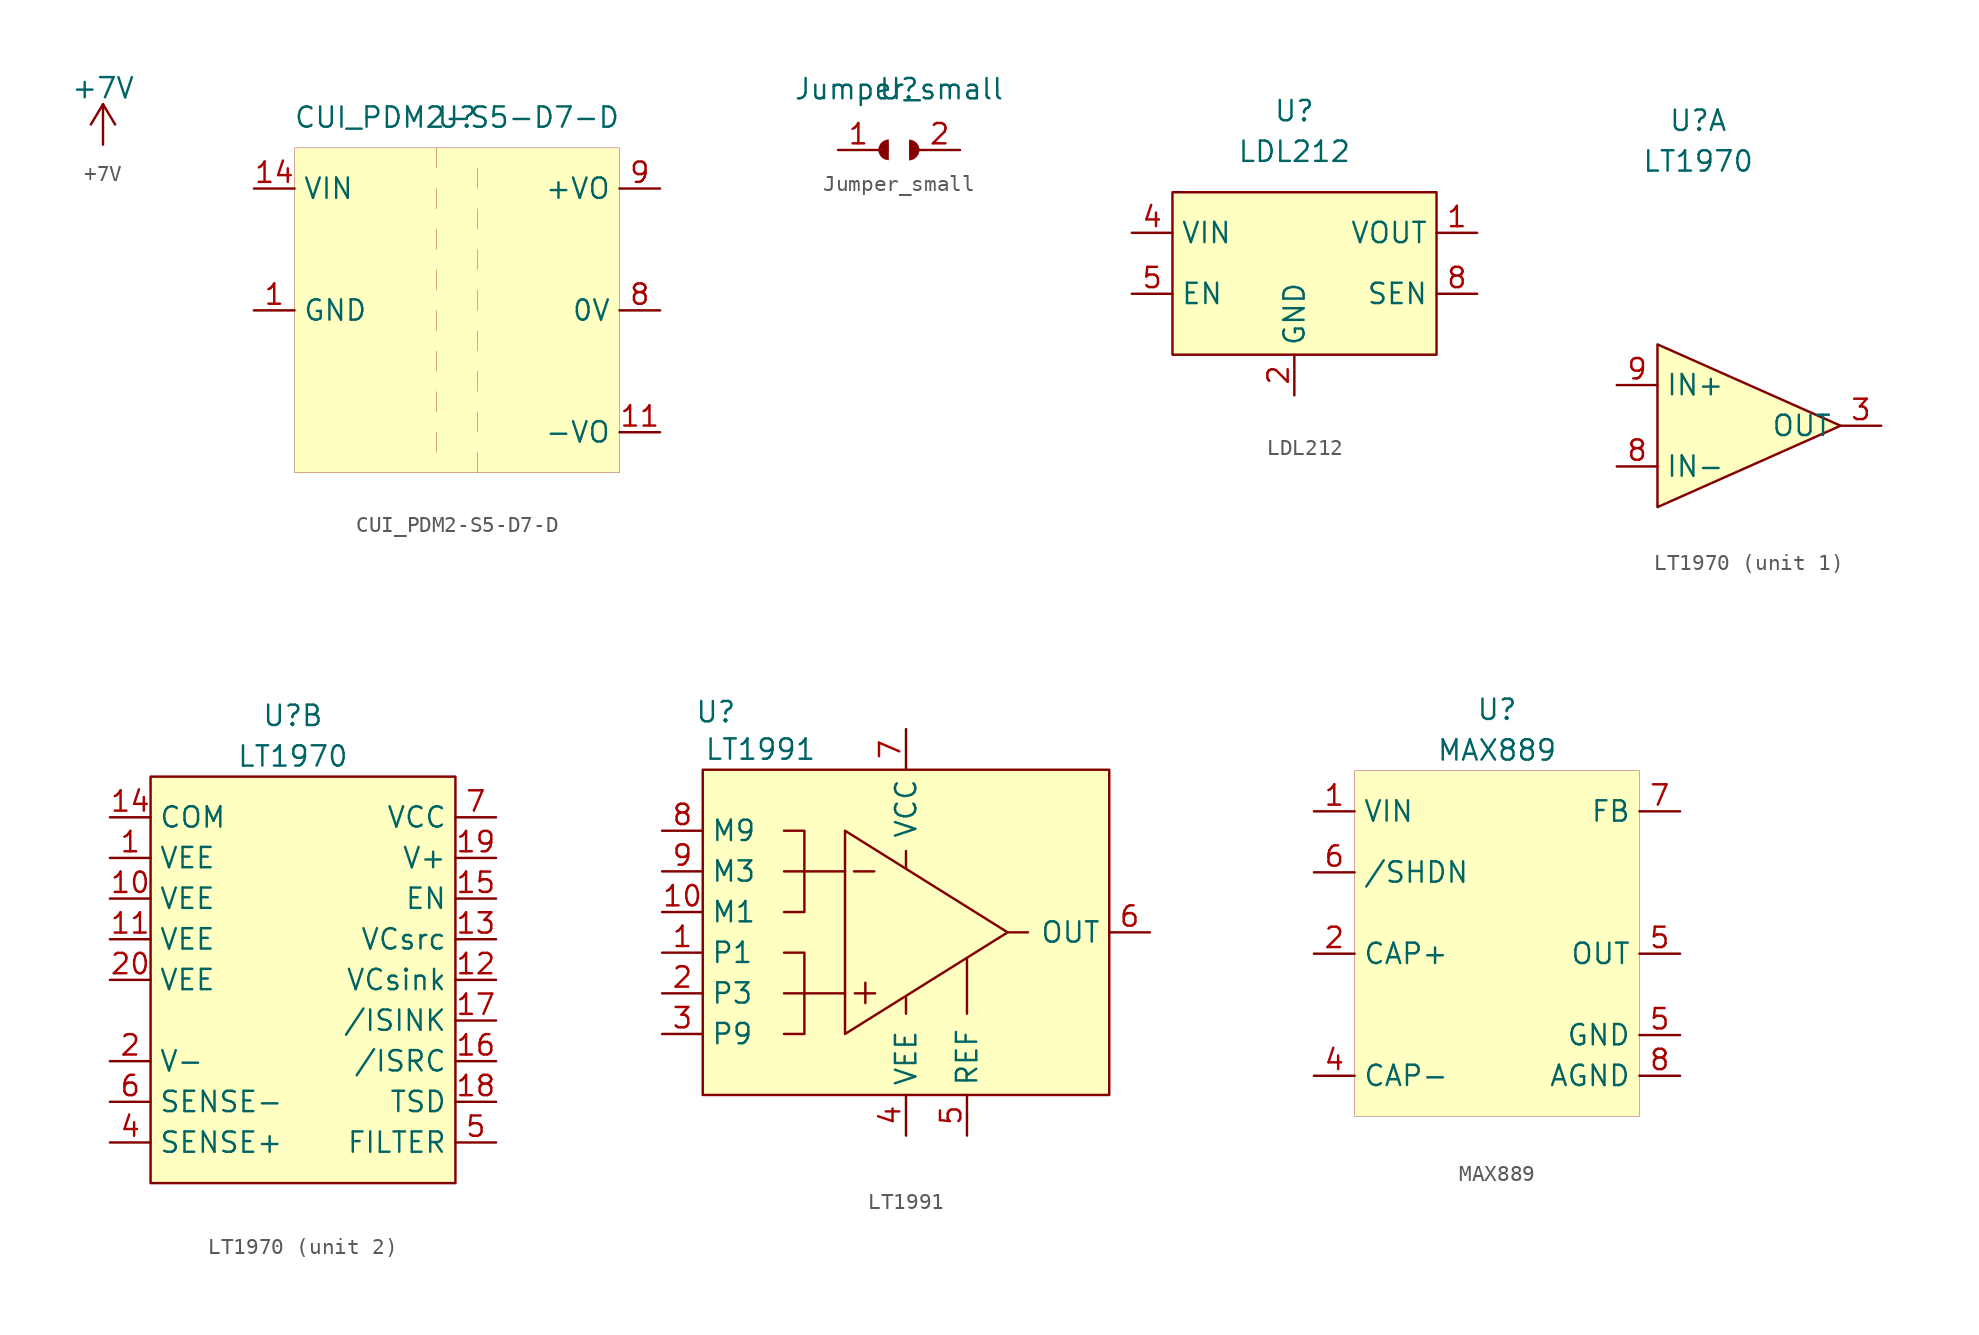
<source format=kicad_sym>
(kicad_symbol_lib
  (version 20201005)
  (generator kicad_symbol_editor)
  (symbol "uSMU-simple_v1:+7V"
    (power)
    (pin_names
      (offset 0))
    (property "Reference" "#PWR"
      (at 0 -3.81 0)
      (effects (font (size 1.27 1.27)) hide))
    (property "Value" "+7V"
      (at 0 3.556 0)
      (effects (font (size 1.27 1.27))))
    (symbol "+7V_0_1"
      (polyline (pts (xy -0.762 1.27) (xy 0 2.54)) (stroke (width 0)) (fill (type none)))
      (polyline (pts (xy 0 0) (xy 0 2.54)) (stroke (width 0)) (fill (type none)))
      (polyline (pts (xy 0 2.54) (xy 0.762 1.27)) (stroke (width 0)) (fill (type none))))
    (symbol "+7V_1_1"
      (pin power_in line (at 0 0 90) (length 0) hide (name "+7V" (effects (font (size 1.27 1.27)))) (number "1" (effects (font (size 1.27 1.27)))))))
  (symbol "uSMU-simple_v1:CUI_PDM2-S5-D7-D"
    (property "Reference" "U"
      (at 0 8.255 0)
      (effects (font (size 1.27 1.27))))
    (property "Value" "CUI_PDM2-S5-D7-D"
      (at 0 8.255 0)
      (effects (font (size 1.27 1.27))))
    (symbol "CUI_PDM2-S5-D7-D_0_1"
      (rectangle (start -10.16 6.35) (end 10.16 -13.97) (stroke (width 0.001)) (fill (type background)))
      (polyline (pts (xy -1.27 6.35) (xy -1.27 5.08)) (stroke (width 0.001)) (fill (type none)))
      (polyline (pts (xy -1.27 3.81) (xy -1.27 2.54)) (stroke (width 0.001)) (fill (type none)))
      (polyline (pts (xy -1.27 1.27) (xy -1.27 0)) (stroke (width 0.001)) (fill (type none)))
      (polyline (pts (xy -1.27 -1.27) (xy -1.27 -2.54)) (stroke (width 0.001)) (fill (type none)))
      (polyline (pts (xy -1.27 -3.81) (xy -1.27 -5.08)) (stroke (width 0.001)) (fill (type none)))
      (polyline (pts (xy 1.27 -2.54) (xy 1.27 -3.81)) (stroke (width 0.001)) (fill (type none)))
      (polyline (pts (xy 1.27 0) (xy 1.27 -1.27)) (stroke (width 0.001)) (fill (type none)))
      (polyline (pts (xy 1.27 -5.08) (xy 1.27 -6.35)) (stroke (width 0.001)) (fill (type none)))
      (polyline (pts (xy 1.27 5.08) (xy 1.27 3.81)) (stroke (width 0.001)) (fill (type none)))
      (polyline (pts (xy 1.27 2.54) (xy 1.27 1.27)) (stroke (width 0.001)) (fill (type none)))
      (polyline (pts (xy -1.27 -11.43) (xy -1.27 -12.7)) (stroke (width 0.001)) (fill (type none)))
      (polyline (pts (xy -1.27 -6.35) (xy -1.27 -7.62)) (stroke (width 0.001)) (fill (type none)))
      (polyline (pts (xy -1.27 -8.89) (xy -1.27 -10.16)) (stroke (width 0.001)) (fill (type none)))
      (polyline (pts (xy 1.27 -12.7) (xy 1.27 -13.97)) (stroke (width 0.001)) (fill (type none)))
      (polyline (pts (xy 1.27 -7.62) (xy 1.27 -8.89)) (stroke (width 0.001)) (fill (type none)))
      (polyline (pts (xy 1.27 -10.16) (xy 1.27 -11.43)) (stroke (width 0.001)) (fill (type none))))
    (symbol "CUI_PDM2-S5-D7-D_1_1"
      (pin input line (at -12.7 3.81 0) (length 2.54) (name "VIN" (effects (font (size 1.27 1.27)))) (number "14" (effects (font (size 1.27 1.27)))))
      (pin input line (at -12.7 -3.81 0) (length 2.54) (name "GND" (effects (font (size 1.27 1.27)))) (number "1" (effects (font (size 1.27 1.27)))))
      (pin input line (at 12.7 3.81 180) (length 2.54) (name "+VO" (effects (font (size 1.27 1.27)))) (number "9" (effects (font (size 1.27 1.27)))))
      (pin input line (at 12.7 -3.81 180) (length 2.54) (name "0V" (effects (font (size 1.27 1.27)))) (number "8" (effects (font (size 1.27 1.27)))))
      (pin input line (at 12.7 -11.43 180) (length 2.54) (name "-VO" (effects (font (size 1.27 1.27)))) (number "11" (effects (font (size 1.27 1.27)))))))
  (symbol "uSMU-simple_v1:Jumper_small"
    (property "Reference" "U"
      (at 0 3.81 0)
      (effects (font (size 1.27 1.27))))
    (property "Value" "Jumper_small"
      (at 0 3.81 0)
      (effects (font (size 1.27 1.27))))
    (symbol "Jumper_small_0_1"
      (arc (start 0.635 -0.635) (end 1.27 0) (radius (at 0.627 0.008) (length 0.643) (angles -89.3 -0.7)) (stroke (width 0.001)) (fill (type outline)))
      (arc (start 1.27 0) (end 0.635 0.635) (radius (at 0.6297 -0.0053) (length 0.6403) (angles 0.5 89.5)) (stroke (width 0.001)) (fill (type outline)))
      (arc (start -1.278 0.008) (end -0.643 -0.627) (radius (at -0.6377 0.0133) (length 0.6403) (angles -179.5 -90.5)) (stroke (width 0.001)) (fill (type outline)))
      (arc (start -0.643 0.643) (end -1.278 0.008) (radius (at -0.635 0) (length 0.643) (angles 90.7 179.3)) (stroke (width 0.001)) (fill (type outline)))
      (polyline (pts (xy 0.635 0.635) (xy 0.635 -0.635)) (stroke (width 0.001)) (fill (type none)))
      (polyline (pts (xy -0.643 -0.627) (xy -0.643 0.643)) (stroke (width 0.001)) (fill (type none))))
    (symbol "Jumper_small_1_1"
      (pin input line (at -3.81 0 0) (length 2.54) (name "" (effects (font (size 1.27 1.27)))) (number "1" (effects (font (size 1.27 1.27)))))
      (pin input line (at 3.81 0 180) (length 2.54) (name "" (effects (font (size 1.27 1.27)))) (number "2" (effects (font (size 1.27 1.27)))))))
  (symbol "uSMU-simple_v1:LDL212"
    (property "Reference" "U"
      (at 0 8.89 0)
      (effects (font (size 1.27 1.27))))
    (property "Value" "LDL212"
      (at 0 6.35 0)
      (effects (font (size 1.27 1.27))))
    (symbol "LDL212_0_1"
      (rectangle (start -7.62 3.81) (end 8.89 -6.35) (stroke (width 0)) (fill (type background))))
    (symbol "LDL212_1_1"
      (pin input line (at 11.43 1.27 180) (length 2.54) (name "VOUT" (effects (font (size 1.27 1.27)))) (number "1" (effects (font (size 1.27 1.27)))))
      (pin input line (at 0 -8.89 90) (length 2.54) (name "GND" (effects (font (size 1.27 1.27)))) (number "2" (effects (font (size 1.27 1.27)))))
      (pin input line (at 0 -8.89 90) (length 2.54) hide (name "GND" (effects (font (size 1.27 1.27)))) (number "2" (effects (font (size 1.27 1.27)))))
      (pin input line (at 0 -8.89 90) (length 2.54) hide (name "GND" (effects (font (size 1.27 1.27)))) (number "3" (effects (font (size 1.27 1.27)))))
      (pin input line (at -10.16 1.27 0) (length 2.54) (name "VIN" (effects (font (size 1.27 1.27)))) (number "4" (effects (font (size 1.27 1.27)))))
      (pin input line (at -10.16 -2.54 0) (length 2.54) (name "EN" (effects (font (size 1.27 1.27)))) (number "5" (effects (font (size 1.27 1.27)))))
      (pin input line (at 0 -8.89 90) (length 2.54) hide (name "GND" (effects (font (size 1.27 1.27)))) (number "6" (effects (font (size 1.27 1.27)))))
      (pin input line (at 0 -8.89 90) (length 2.54) hide (name "GND" (effects (font (size 1.27 1.27)))) (number "7" (effects (font (size 1.27 1.27)))))
      (pin input line (at 11.43 -2.54 180) (length 2.54) (name "SEN" (effects (font (size 1.27 1.27)))) (number "8" (effects (font (size 1.27 1.27)))))))
  (symbol "uSMU-simple_v1:LT1970"
    (property "Reference" "U"
      (at -1.27 19.05 0)
      (effects (font (size 1.27 1.27))))
    (property "Value" "LT1970"
      (at -1.27 16.51 0)
      (effects (font (size 1.27 1.27))))
    (property "ki_locked" ""
      (at 0 0 0)
      (effects (font (size 1.27 1.27))))
    (symbol "LT1970_1_1"
      (polyline (pts (xy 7.62 0) (xy -3.81 5.08) (xy -3.81 -5.08) (xy 7.62 0)) (stroke (width 0)) (fill (type background)))
      (pin input line (at 10.16 0 180) (length 2.54) (name "OUT" (effects (font (size 1.27 1.27)))) (number "3" (effects (font (size 1.27 1.27)))))
      (pin input line (at -6.35 -2.54 0) (length 2.54) (name "IN-" (effects (font (size 1.27 1.27)))) (number "8" (effects (font (size 1.27 1.27)))))
      (pin input line (at -6.35 2.54 0) (length 2.54) (name "IN+" (effects (font (size 1.27 1.27)))) (number "9" (effects (font (size 1.27 1.27))))))
    (symbol "LT1970_2_1"
      (rectangle (start -10.16 15.24) (end 8.89 -10.16) (stroke (width 0)) (fill (type background)))
      (pin input line (at -12.7 10.16 0) (length 2.54) (name "VEE" (effects (font (size 1.27 1.27)))) (number "1" (effects (font (size 1.27 1.27)))))
      (pin input line (at -12.7 7.62 0) (length 2.54) (name "VEE" (effects (font (size 1.27 1.27)))) (number "10" (effects (font (size 1.27 1.27)))))
      (pin input line (at -12.7 5.08 0) (length 2.54) (name "VEE" (effects (font (size 1.27 1.27)))) (number "11" (effects (font (size 1.27 1.27)))))
      (pin input line (at 11.43 2.54 180) (length 2.54) (name "VCsink" (effects (font (size 1.27 1.27)))) (number "12" (effects (font (size 1.27 1.27)))))
      (pin input line (at 11.43 5.08 180) (length 2.54) (name "VCsrc" (effects (font (size 1.27 1.27)))) (number "13" (effects (font (size 1.27 1.27)))))
      (pin input line (at -12.7 12.7 0) (length 2.54) (name "COM" (effects (font (size 1.27 1.27)))) (number "14" (effects (font (size 1.27 1.27)))))
      (pin input line (at 11.43 7.62 180) (length 2.54) (name "EN" (effects (font (size 1.27 1.27)))) (number "15" (effects (font (size 1.27 1.27)))))
      (pin input line (at 11.43 -2.54 180) (length 2.54) (name "/ISRC" (effects (font (size 1.27 1.27)))) (number "16" (effects (font (size 1.27 1.27)))))
      (pin input line (at 11.43 0 180) (length 2.54) (name "/ISINK" (effects (font (size 1.27 1.27)))) (number "17" (effects (font (size 1.27 1.27)))))
      (pin input line (at 11.43 -5.08 180) (length 2.54) (name "TSD" (effects (font (size 1.27 1.27)))) (number "18" (effects (font (size 1.27 1.27)))))
      (pin input line (at 11.43 10.16 180) (length 2.54) (name "V+" (effects (font (size 1.27 1.27)))) (number "19" (effects (font (size 1.27 1.27)))))
      (pin input line (at -12.7 -2.54 0) (length 2.54) (name "V-" (effects (font (size 1.27 1.27)))) (number "2" (effects (font (size 1.27 1.27)))))
      (pin input line (at -12.7 2.54 0) (length 2.54) (name "VEE" (effects (font (size 1.27 1.27)))) (number "20" (effects (font (size 1.27 1.27)))))
      (pin input line (at -12.7 -7.62 0) (length 2.54) (name "SENSE+" (effects (font (size 1.27 1.27)))) (number "4" (effects (font (size 1.27 1.27)))))
      (pin input line (at 11.43 -7.62 180) (length 2.54) (name "FILTER" (effects (font (size 1.27 1.27)))) (number "5" (effects (font (size 1.27 1.27)))))
      (pin input line (at -12.7 -5.08 0) (length 2.54) (name "SENSE-" (effects (font (size 1.27 1.27)))) (number "6" (effects (font (size 1.27 1.27)))))
      (pin input line (at 11.43 12.7 180) (length 2.54) (name "VCC" (effects (font (size 1.27 1.27)))) (number "7" (effects (font (size 1.27 1.27)))))
      (pin input line (at -12.7 2.54 0) (length 2.54) hide (name "VEE" (effects (font (size 1.27 1.27)))) (number "21" (effects (font (size 1.27 1.27)))))))
  (symbol "uSMU-simple_v1:LT1991"
    (property "Reference" "U"
      (at -11.887 13.767 0)
      (effects (font (size 1.27 1.27))))
    (property "Value" "LT1991"
      (at -9.093 11.43 0)
      (effects (font (size 1.27 1.27))))
    (symbol "LT1991_0_1"
      (rectangle (start -12.7 10.16) (end 12.7 -10.16) (stroke (width 0)) (fill (type background)))
      (polyline (pts (xy -6.35 -3.81) (xy -3.81 -3.81)) (stroke (width 0)) (fill (type none)))
      (polyline (pts (xy -6.35 3.81) (xy -7.62 3.81)) (stroke (width 0)) (fill (type none)))
      (polyline (pts (xy -6.35 3.81) (xy -3.81 3.81)) (stroke (width 0)) (fill (type none)))
      (polyline (pts (xy -3.251 3.81) (xy -1.981 3.81)) (stroke (width 0)) (fill (type none)))
      (polyline (pts (xy -3.2 -3.81) (xy -1.93 -3.81)) (stroke (width 0)) (fill (type none)))
      (polyline (pts (xy -2.54 -3.15) (xy -2.54 -4.42)) (stroke (width 0)) (fill (type none)))
      (polyline (pts (xy 0 -4.013) (xy 0 -5.08)) (stroke (width 0)) (fill (type none)))
      (polyline (pts (xy 0 4.013) (xy 0 5.08)) (stroke (width 0)) (fill (type none)))
      (polyline (pts (xy 3.81 -1.626) (xy 3.81 -5.08)) (stroke (width 0)) (fill (type none)))
      (polyline (pts (xy 6.35 0) (xy 7.62 0)) (stroke (width 0)) (fill (type none)))
      (polyline (pts (xy -6.35 3.81) (xy -6.35 1.27) (xy -7.62 1.27)) (stroke (width 0)) (fill (type none)))
      (polyline (pts (xy -6.35 6.35) (xy -6.35 3.81) (xy -6.35 6.35) (xy -7.62 6.35)) (stroke (width 0)) (fill (type none)))
      (polyline (pts (xy 6.35 0) (xy -3.81 6.35) (xy -3.81 -6.35) (xy 6.35 0)) (stroke (width 0)) (fill (type none)))
      (polyline (pts (xy -7.62 -1.27) (xy -6.35 -1.27) (xy -6.35 -3.81) (xy -7.62 -3.81) (xy -6.35 -3.81) (xy -6.35 -6.35) (xy -7.62 -6.35)) (stroke (width 0)) (fill (type none))))
    (symbol "LT1991_1_1"
      (pin input line (at -15.24 -1.27 0) (length 2.54) (name "P1" (effects (font (size 1.27 1.27)))) (number "1" (effects (font (size 1.27 1.27)))))
      (pin input line (at -15.24 1.27 0) (length 2.54) (name "M1" (effects (font (size 1.27 1.27)))) (number "10" (effects (font (size 1.27 1.27)))))
      (pin input line (at -15.24 -3.81 0) (length 2.54) (name "P3" (effects (font (size 1.27 1.27)))) (number "2" (effects (font (size 1.27 1.27)))))
      (pin input line (at -15.24 -6.35 0) (length 2.54) (name "P9" (effects (font (size 1.27 1.27)))) (number "3" (effects (font (size 1.27 1.27)))))
      (pin input line (at 0 -12.7 90) (length 2.54) (name "VEE" (effects (font (size 1.27 1.27)))) (number "4" (effects (font (size 1.27 1.27)))))
      (pin input line (at 3.81 -12.7 90) (length 2.54) (name "REF" (effects (font (size 1.27 1.27)))) (number "5" (effects (font (size 1.27 1.27)))))
      (pin input line (at 15.24 0 180) (length 2.54) (name "OUT" (effects (font (size 1.27 1.27)))) (number "6" (effects (font (size 1.27 1.27)))))
      (pin input line (at 0 12.7 270) (length 2.54) (name "VCC" (effects (font (size 1.27 1.27)))) (number "7" (effects (font (size 1.27 1.27)))))
      (pin input line (at -15.24 6.35 0) (length 2.54) (name "M9" (effects (font (size 1.27 1.27)))) (number "8" (effects (font (size 1.27 1.27)))))
      (pin input line (at -15.24 3.81 0) (length 2.54) (name "M3" (effects (font (size 1.27 1.27)))) (number "9" (effects (font (size 1.27 1.27)))))))
  (symbol "uSMU-simple_v1:MAX889"
    (property "Reference" "U"
      (at 0 10.16 0)
      (effects (font (size 1.27 1.27))))
    (property "Value" "MAX889"
      (at 0 7.62 0)
      (effects (font (size 1.27 1.27))))
    (symbol "MAX889_0_1"
      (rectangle (start -8.89 6.35) (end 8.89 -15.24) (stroke (width 0.001)) (fill (type background))))
    (symbol "MAX889_1_1"
      (pin input line (at -11.43 0 0) (length 2.54) (name "/SHDN" (effects (font (size 1.27 1.27)))) (number "6" (effects (font (size 1.27 1.27)))))
      (pin input line (at -11.43 -5.08 0) (length 2.54) (name "CAP+" (effects (font (size 1.27 1.27)))) (number "2" (effects (font (size 1.27 1.27)))))
      (pin input line (at -11.43 -12.7 0) (length 2.54) (name "CAP-" (effects (font (size 1.27 1.27)))) (number "4" (effects (font (size 1.27 1.27)))))
      (pin input line (at -11.43 3.81 0) (length 2.54) (name "VIN" (effects (font (size 1.27 1.27)))) (number "1" (effects (font (size 1.27 1.27)))))
      (pin input line (at 11.43 3.81 180) (length 2.54) (name "FB" (effects (font (size 1.27 1.27)))) (number "7" (effects (font (size 1.27 1.27)))))
      (pin input line (at 11.43 -5.08 180) (length 2.54) (name "OUT" (effects (font (size 1.27 1.27)))) (number "5" (effects (font (size 1.27 1.27)))))
      (pin input line (at 11.43 -10.16 180) (length 2.54) (name "GND" (effects (font (size 1.27 1.27)))) (number "5" (effects (font (size 1.27 1.27)))))
      (pin input line (at 11.43 -12.7 180) (length 2.54) (name "AGND" (effects (font (size 1.27 1.27)))) (number "8" (effects (font (size 1.27 1.27))))))))
</source>
